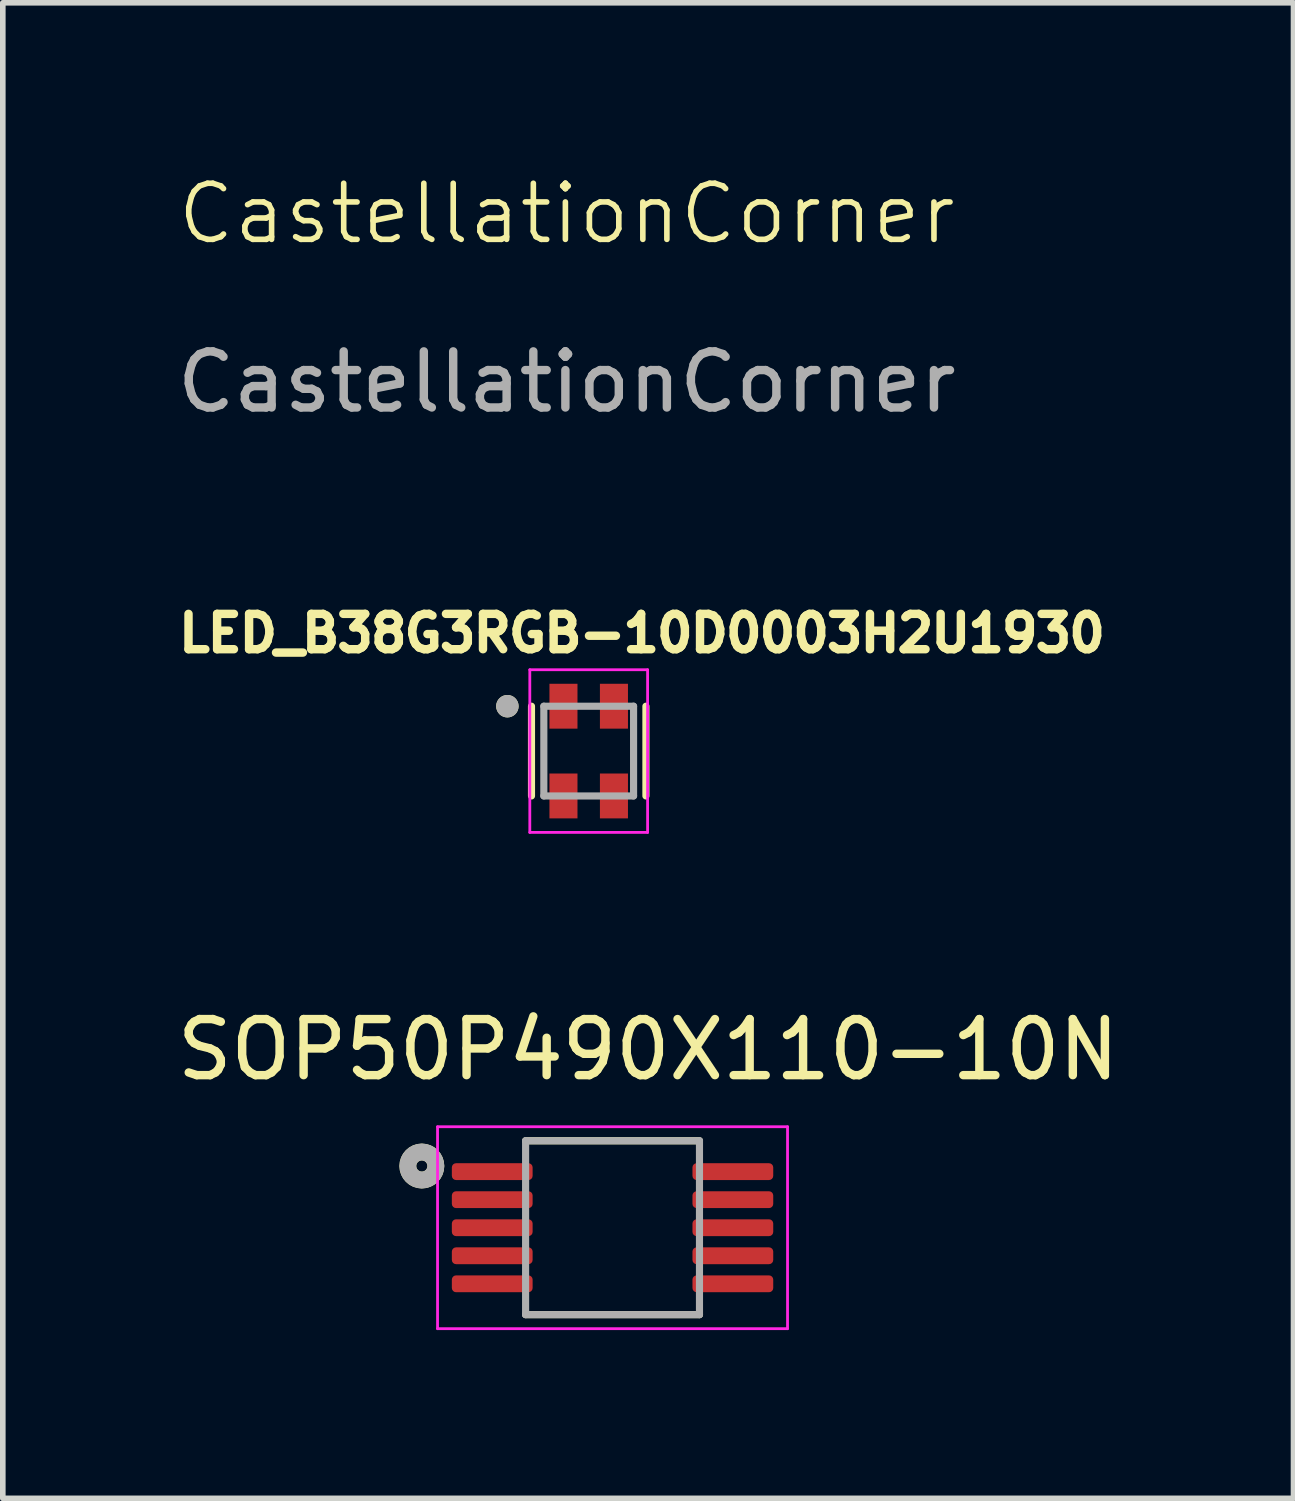
<source format=kicad_pcb>
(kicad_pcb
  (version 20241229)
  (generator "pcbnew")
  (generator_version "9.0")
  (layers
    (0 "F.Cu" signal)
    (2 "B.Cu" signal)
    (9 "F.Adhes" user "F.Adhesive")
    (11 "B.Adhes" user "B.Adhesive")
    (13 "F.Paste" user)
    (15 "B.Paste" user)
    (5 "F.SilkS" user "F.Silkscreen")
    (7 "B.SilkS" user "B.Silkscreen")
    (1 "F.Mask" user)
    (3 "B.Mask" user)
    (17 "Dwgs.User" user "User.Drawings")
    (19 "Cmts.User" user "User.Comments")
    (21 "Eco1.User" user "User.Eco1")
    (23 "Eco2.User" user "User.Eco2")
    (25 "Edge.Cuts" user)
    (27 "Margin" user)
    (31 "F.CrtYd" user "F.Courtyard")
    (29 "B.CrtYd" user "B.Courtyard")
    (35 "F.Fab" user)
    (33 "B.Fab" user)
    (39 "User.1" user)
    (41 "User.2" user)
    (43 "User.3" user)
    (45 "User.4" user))
  (footprint "SOP50P490X110-10N"
    (layer "F.Cu")
    (at 7.871 18.839)
    (property "Reference" "SOP50P490X110-10N" (at 0.635 -3.175 0) (layer "F.SilkS") (effects (font (size 1 1) (thickness 0.15))))
    (attr smd)
    (fp_line (start -1.55 -1.55) (end 1.55 -1.55) (stroke (width 0.127) (type solid)) (layer "F.SilkS"))
    (fp_line (start 1.55 1.55) (end -1.55 1.55) (stroke (width 0.127) (type solid)) (layer "F.SilkS"))
    (fp_circle (center -3.4 -1.1) (end -3.3 -1.1) (stroke (width 0.3) (type solid)) (fill no) (layer "F.SilkS"))
    (fp_line (start -3.12 -1.8) (end 3.12 -1.8) (stroke (width 0.05) (type solid)) (layer "F.CrtYd"))
    (fp_line (start -3.12 1.8) (end -3.12 -1.8) (stroke (width 0.05) (type solid)) (layer "F.CrtYd"))
    (fp_line (start 3.12 -1.8) (end 3.12 1.8) (stroke (width 0.05) (type solid)) (layer "F.CrtYd"))
    (fp_line (start 3.12 1.8) (end -3.12 1.8) (stroke (width 0.05) (type solid)) (layer "F.CrtYd"))
    (fp_line (start -1.55 -1.55) (end 1.55 -1.55) (stroke (width 0.127) (type solid)) (layer "F.Fab"))
    (fp_line (start -1.55 1.55) (end -1.55 -1.55) (stroke (width 0.127) (type solid)) (layer "F.Fab"))
    (fp_line (start 1.55 -1.55) (end 1.55 1.55) (stroke (width 0.127) (type solid)) (layer "F.Fab"))
    (fp_line (start 1.55 1.55) (end -1.55 1.55) (stroke (width 0.127) (type solid)) (layer "F.Fab"))
    (fp_circle (center -3.4 -1.1) (end -3.3 -1.1) (stroke (width 0.3) (type solid)) (fill no) (layer "F.Fab"))
    (pad "1" smd roundrect (at -2.145 -1) (size 1.44 0.3) (layers "F.Cu" "F.Mask" "F.Paste") (roundrect_rratio 0.25))
    (pad "2" smd roundrect (at -2.145 -0.5) (size 1.44 0.3) (layers "F.Cu" "F.Mask" "F.Paste") (roundrect_rratio 0.25))
    (pad "3" smd roundrect (at -2.145 0) (size 1.44 0.3) (layers "F.Cu" "F.Mask" "F.Paste") (roundrect_rratio 0.25))
    (pad "4" smd roundrect (at -2.145 0.5) (size 1.44 0.3) (layers "F.Cu" "F.Mask" "F.Paste") (roundrect_rratio 0.25))
    (pad "5" smd roundrect (at -2.145 1) (size 1.44 0.3) (layers "F.Cu" "F.Mask" "F.Paste") (roundrect_rratio 0.25))
    (pad "6" smd roundrect (at 2.145 1) (size 1.44 0.3) (layers "F.Cu" "F.Mask" "F.Paste") (roundrect_rratio 0.25))
    (pad "7" smd roundrect (at 2.145 0.5) (size 1.44 0.3) (layers "F.Cu" "F.Mask" "F.Paste") (roundrect_rratio 0.25))
    (pad "8" smd roundrect (at 2.145 0) (size 1.44 0.3) (layers "F.Cu" "F.Mask" "F.Paste") (roundrect_rratio 0.25))
    (pad "9" smd roundrect (at 2.145 -0.5) (size 1.44 0.3) (layers "F.Cu" "F.Mask" "F.Paste") (roundrect_rratio 0.25))
    (pad "10" smd roundrect (at 2.145 -1) (size 1.44 0.3) (layers "F.Cu" "F.Mask" "F.Paste") (roundrect_rratio 0.25)))
  (footprint "LED_B38G3RGB-10D0003H2U1930"
    (layer "F.Cu")
    (at 7.446 10.341)
    (property "Reference" "LED_B38G3RGB-10D0003H2U1930" (at 0.95 -2.1 0) (layer "F.SilkS") (effects (font (size 0.63 0.63) (thickness 0.15))))
    (attr smd)
    (fp_line (start -1.02 0.8) (end -1.02 -0.8) (stroke (width 0.127) (type solid)) (layer "F.SilkS"))
    (fp_line (start 1.02 0.8) (end 1.02 -0.8) (stroke (width 0.127) (type solid)) (layer "F.SilkS"))
    (fp_circle (center -1.45 -0.8) (end -1.35 -0.8) (stroke (width 0.2) (type solid)) (fill no) (layer "F.SilkS"))
    (fp_line (start -1.05 -1.45) (end -1.05 1.45) (stroke (width 0.05) (type solid)) (layer "F.CrtYd"))
    (fp_line (start -1.05 1.45) (end 1.05 1.45) (stroke (width 0.05) (type solid)) (layer "F.CrtYd"))
    (fp_line (start 1.05 -1.45) (end -1.05 -1.45) (stroke (width 0.05) (type solid)) (layer "F.CrtYd"))
    (fp_line (start 1.05 1.45) (end 1.05 -1.45) (stroke (width 0.05) (type solid)) (layer "F.CrtYd"))
    (fp_line (start -0.8 -0.8) (end 0.8 -0.8) (stroke (width 0.127) (type solid)) (layer "F.Fab"))
    (fp_line (start -0.8 0.8) (end -0.8 -0.8) (stroke (width 0.127) (type solid)) (layer "F.Fab"))
    (fp_line (start 0.8 -0.8) (end 0.8 0.8) (stroke (width 0.127) (type solid)) (layer "F.Fab"))
    (fp_line (start 0.8 0.8) (end -0.8 0.8) (stroke (width 0.127) (type solid)) (layer "F.Fab"))
    (fp_circle (center -1.45 -0.8) (end -1.35 -0.8) (stroke (width 0.2) (type solid)) (fill no) (layer "F.Fab"))
    (pad "1" smd rect (at -0.45 -0.8) (size 0.5 0.8) (layers "F.Cu" "F.Mask" "F.Paste"))
    (pad "2" smd rect (at 0.45 -0.8) (size 0.5 0.8) (layers "F.Cu" "F.Mask" "F.Paste"))
    (pad "3" smd rect (at 0.45 0.8) (size 0.5 0.8) (layers "F.Cu" "F.Mask" "F.Paste"))
    (pad "4" smd rect (at -0.45 0.8) (size 0.5 0.8) (layers "F.Cu" "F.Mask" "F.Paste")))
  (footprint "CastellationCorner"
    (layer "F.Cu")
    (at 7.054 1.26)
    (property "Reference" "CastellationCorner" (at 0 -0.5 0) (unlocked yes) (layer "F.SilkS") (effects (font (size 1 1) (thickness 0.1))))
    (attr through_hole)
    (fp_text user "${REFERENCE}" (at 0 2.5 0) (unlocked yes) (layer "F.Fab") (effects (font (size 1 1) (thickness 0.15)))))
  (gr_rect
    (start -3 -3)
    (end 20.012 23.664)
    (stroke (width 0.1) (type default))
    (fill no)
    (layer "Edge.Cuts")))
</source>
